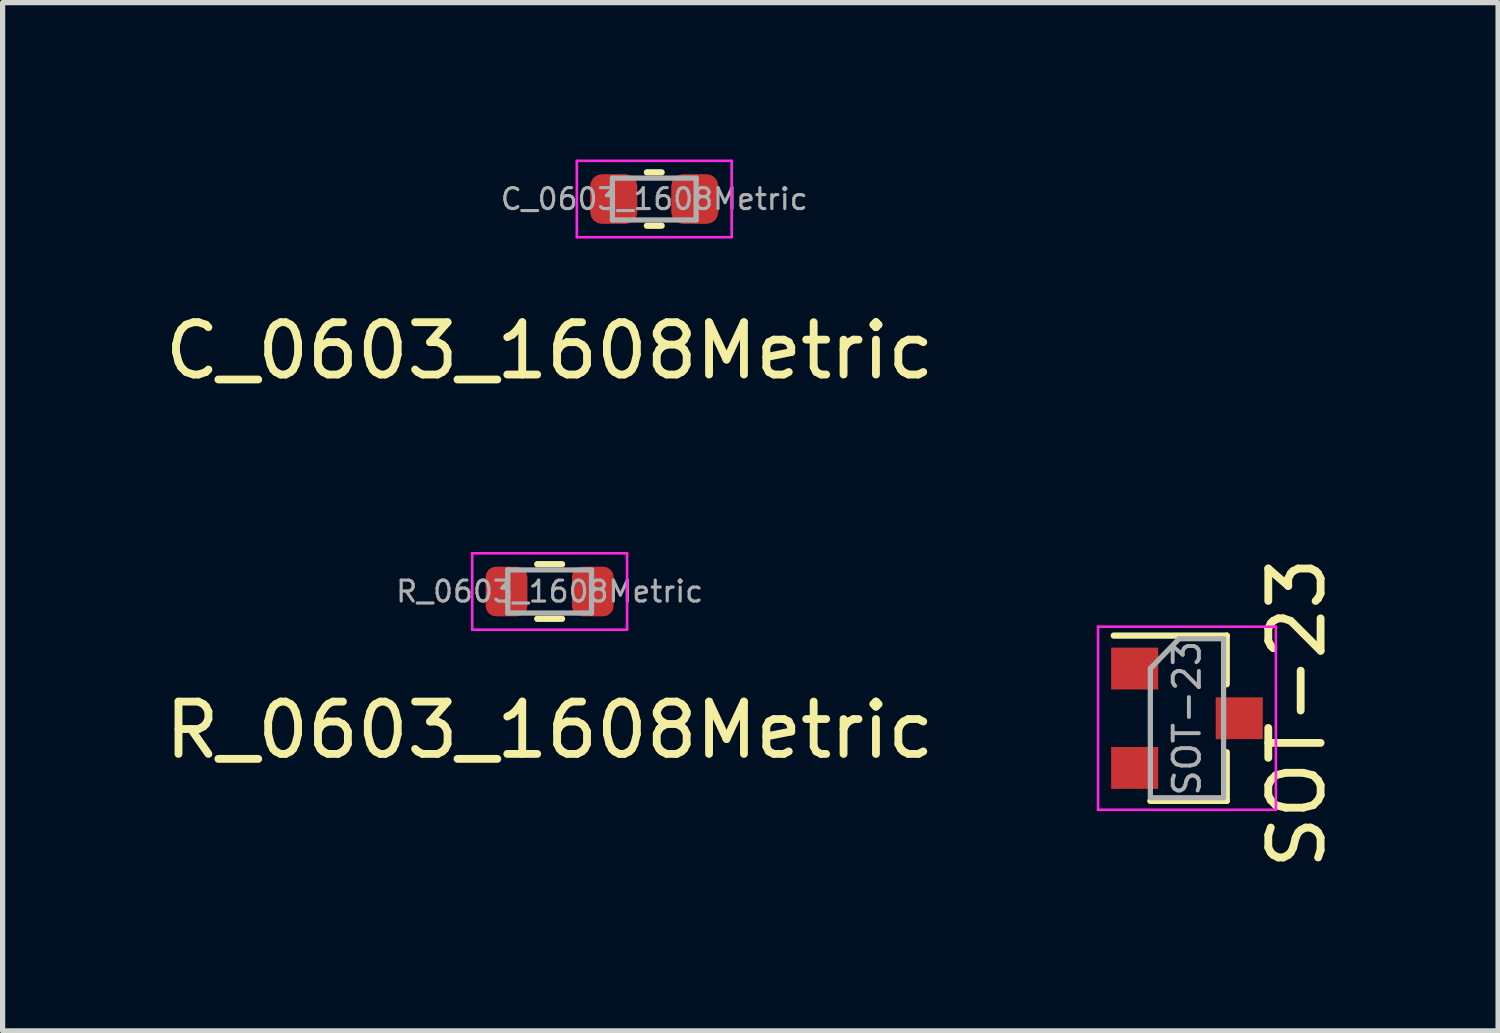
<source format=kicad_pcb>
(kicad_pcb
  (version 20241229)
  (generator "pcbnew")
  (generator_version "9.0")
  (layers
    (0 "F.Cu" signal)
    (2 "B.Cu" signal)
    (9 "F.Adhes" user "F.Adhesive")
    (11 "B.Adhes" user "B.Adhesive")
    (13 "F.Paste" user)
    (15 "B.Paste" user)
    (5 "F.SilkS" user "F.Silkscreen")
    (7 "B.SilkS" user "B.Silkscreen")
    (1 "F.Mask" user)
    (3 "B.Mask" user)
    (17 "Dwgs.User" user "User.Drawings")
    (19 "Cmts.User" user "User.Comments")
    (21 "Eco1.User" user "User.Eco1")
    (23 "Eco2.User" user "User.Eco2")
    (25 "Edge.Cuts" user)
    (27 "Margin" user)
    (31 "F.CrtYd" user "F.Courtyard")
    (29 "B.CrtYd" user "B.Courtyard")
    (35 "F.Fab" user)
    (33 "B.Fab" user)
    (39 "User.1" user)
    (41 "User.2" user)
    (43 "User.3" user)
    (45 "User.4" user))
  (footprint "C_0603_1608Metric"
    (layer "F.Cu")
    (at 9.458 0.755)
    (property "Reference" "C_0603_1608Metric" (at -2 2.9 180) (layer "F.SilkS") (effects (font (size 1 1) (thickness 0.15))))
    (attr smd)
    (fp_line (start -0.141 -0.51) (end 0.141 -0.51) (stroke (width 0.12) (type solid)) (layer "F.SilkS"))
    (fp_line (start -0.141 0.51) (end 0.141 0.51) (stroke (width 0.12) (type solid)) (layer "F.SilkS"))
    (fp_line (start -1.48 -0.73) (end 1.48 -0.73) (stroke (width 0.05) (type solid)) (layer "F.CrtYd"))
    (fp_line (start -1.48 0.73) (end -1.48 -0.73) (stroke (width 0.05) (type solid)) (layer "F.CrtYd"))
    (fp_line (start 1.48 -0.73) (end 1.48 0.73) (stroke (width 0.05) (type solid)) (layer "F.CrtYd"))
    (fp_line (start 1.48 0.73) (end -1.48 0.73) (stroke (width 0.05) (type solid)) (layer "F.CrtYd"))
    (fp_line (start -0.8 -0.4) (end 0.8 -0.4) (stroke (width 0.1) (type solid)) (layer "F.Fab"))
    (fp_line (start -0.8 0.4) (end -0.8 -0.4) (stroke (width 0.1) (type solid)) (layer "F.Fab"))
    (fp_line (start 0.8 -0.4) (end 0.8 0.4) (stroke (width 0.1) (type solid)) (layer "F.Fab"))
    (fp_line (start 0.8 0.4) (end -0.8 0.4) (stroke (width 0.1) (type solid)) (layer "F.Fab"))
    (fp_text user "${REFERENCE}" (at 0 0 0) (layer "F.Fab") (effects (font (size 0.4 0.4) (thickness 0.06))))
    (pad "1" smd roundrect (at -0.775 0) (size 0.9 0.95) (layers "F.Cu" "F.Mask" "F.Paste") (roundrect_rratio 0.25))
    (pad "2" smd roundrect (at 0.775 0) (size 0.9 0.95) (layers "F.Cu" "F.Mask" "F.Paste") (roundrect_rratio 0.25)))
  (footprint "SOT-23"
    (layer "F.Cu")
    (at 19.642 10.681)
    (property "Reference" "SOT-23" (at 2.1 -0.1 90) (layer "F.SilkS") (effects (font (size 1 1) (thickness 0.15))))
    (attr smd)
    (fp_line (start 0.76 -1.58) (end -1.4 -1.58) (stroke (width 0.12) (type solid)) (layer "F.SilkS"))
    (fp_line (start 0.76 -1.58) (end 0.76 -0.65) (stroke (width 0.12) (type solid)) (layer "F.SilkS"))
    (fp_line (start 0.76 1.58) (end -0.7 1.58) (stroke (width 0.12) (type solid)) (layer "F.SilkS"))
    (fp_line (start 0.76 1.58) (end 0.76 0.65) (stroke (width 0.12) (type solid)) (layer "F.SilkS"))
    (fp_line (start -1.7 -1.75) (end 1.7 -1.75) (stroke (width 0.05) (type solid)) (layer "F.CrtYd"))
    (fp_line (start -1.7 1.75) (end -1.7 -1.75) (stroke (width 0.05) (type solid)) (layer "F.CrtYd"))
    (fp_line (start 1.7 -1.75) (end 1.7 1.75) (stroke (width 0.05) (type solid)) (layer "F.CrtYd"))
    (fp_line (start 1.7 1.75) (end -1.7 1.75) (stroke (width 0.05) (type solid)) (layer "F.CrtYd"))
    (fp_line (start -0.7 -0.95) (end -0.7 1.5) (stroke (width 0.1) (type solid)) (layer "F.Fab"))
    (fp_line (start -0.7 -0.95) (end -0.15 -1.52) (stroke (width 0.1) (type solid)) (layer "F.Fab"))
    (fp_line (start -0.7 1.52) (end 0.7 1.52) (stroke (width 0.1) (type solid)) (layer "F.Fab"))
    (fp_line (start -0.15 -1.52) (end 0.7 -1.52) (stroke (width 0.1) (type solid)) (layer "F.Fab"))
    (fp_line (start 0.7 -1.52) (end 0.7 1.52) (stroke (width 0.1) (type solid)) (layer "F.Fab"))
    (fp_text user "${REFERENCE}" (at 0 0 270) (layer "F.Fab") (effects (font (size 0.5 0.5) (thickness 0.075))))
    (pad "1" smd rect (at -1 -0.95) (size 0.9 0.8) (layers "F.Cu" "F.Mask" "F.Paste"))
    (pad "2" smd rect (at -1 0.95) (size 0.9 0.8) (layers "F.Cu" "F.Mask" "F.Paste"))
    (pad "3" smd rect (at 1 0) (size 0.9 0.8) (layers "F.Cu" "F.Mask" "F.Paste")))
  (footprint "R_0603_1608Metric"
    (layer "F.Cu")
    (at 7.458 8.258)
    (property "Reference" "R_0603_1608Metric" (at 0 2.65 0) (layer "F.SilkS") (effects (font (size 1 1) (thickness 0.15))))
    (attr smd)
    (fp_line (start -0.237 -0.522) (end 0.237 -0.522) (stroke (width 0.12) (type solid)) (layer "F.SilkS"))
    (fp_line (start -0.237 0.522) (end 0.237 0.522) (stroke (width 0.12) (type solid)) (layer "F.SilkS"))
    (fp_line (start -1.48 -0.73) (end 1.48 -0.73) (stroke (width 0.05) (type solid)) (layer "F.CrtYd"))
    (fp_line (start -1.48 0.73) (end -1.48 -0.73) (stroke (width 0.05) (type solid)) (layer "F.CrtYd"))
    (fp_line (start 1.48 -0.73) (end 1.48 0.73) (stroke (width 0.05) (type solid)) (layer "F.CrtYd"))
    (fp_line (start 1.48 0.73) (end -1.48 0.73) (stroke (width 0.05) (type solid)) (layer "F.CrtYd"))
    (fp_line (start -0.8 -0.412) (end 0.8 -0.412) (stroke (width 0.1) (type solid)) (layer "F.Fab"))
    (fp_line (start -0.8 0.412) (end -0.8 -0.412) (stroke (width 0.1) (type solid)) (layer "F.Fab"))
    (fp_line (start 0.8 -0.412) (end 0.8 0.412) (stroke (width 0.1) (type solid)) (layer "F.Fab"))
    (fp_line (start 0.8 0.412) (end -0.8 0.412) (stroke (width 0.1) (type solid)) (layer "F.Fab"))
    (fp_text user "${REFERENCE}" (at 0 0 0) (layer "F.Fab") (effects (font (size 0.4 0.4) (thickness 0.06))))
    (pad "1" smd roundrect (at -0.825 0) (size 0.8 0.95) (layers "F.Cu" "F.Mask" "F.Paste") (roundrect_rratio 0.25))
    (pad "2" smd roundrect (at 0.825 0) (size 0.8 0.95) (layers "F.Cu" "F.Mask" "F.Paste") (roundrect_rratio 0.25)))
  (gr_rect
    (start -3 -3)
    (end 25.59 16.658)
    (stroke (width 0.1) (type default))
    (fill no)
    (layer "Edge.Cuts")))
</source>
